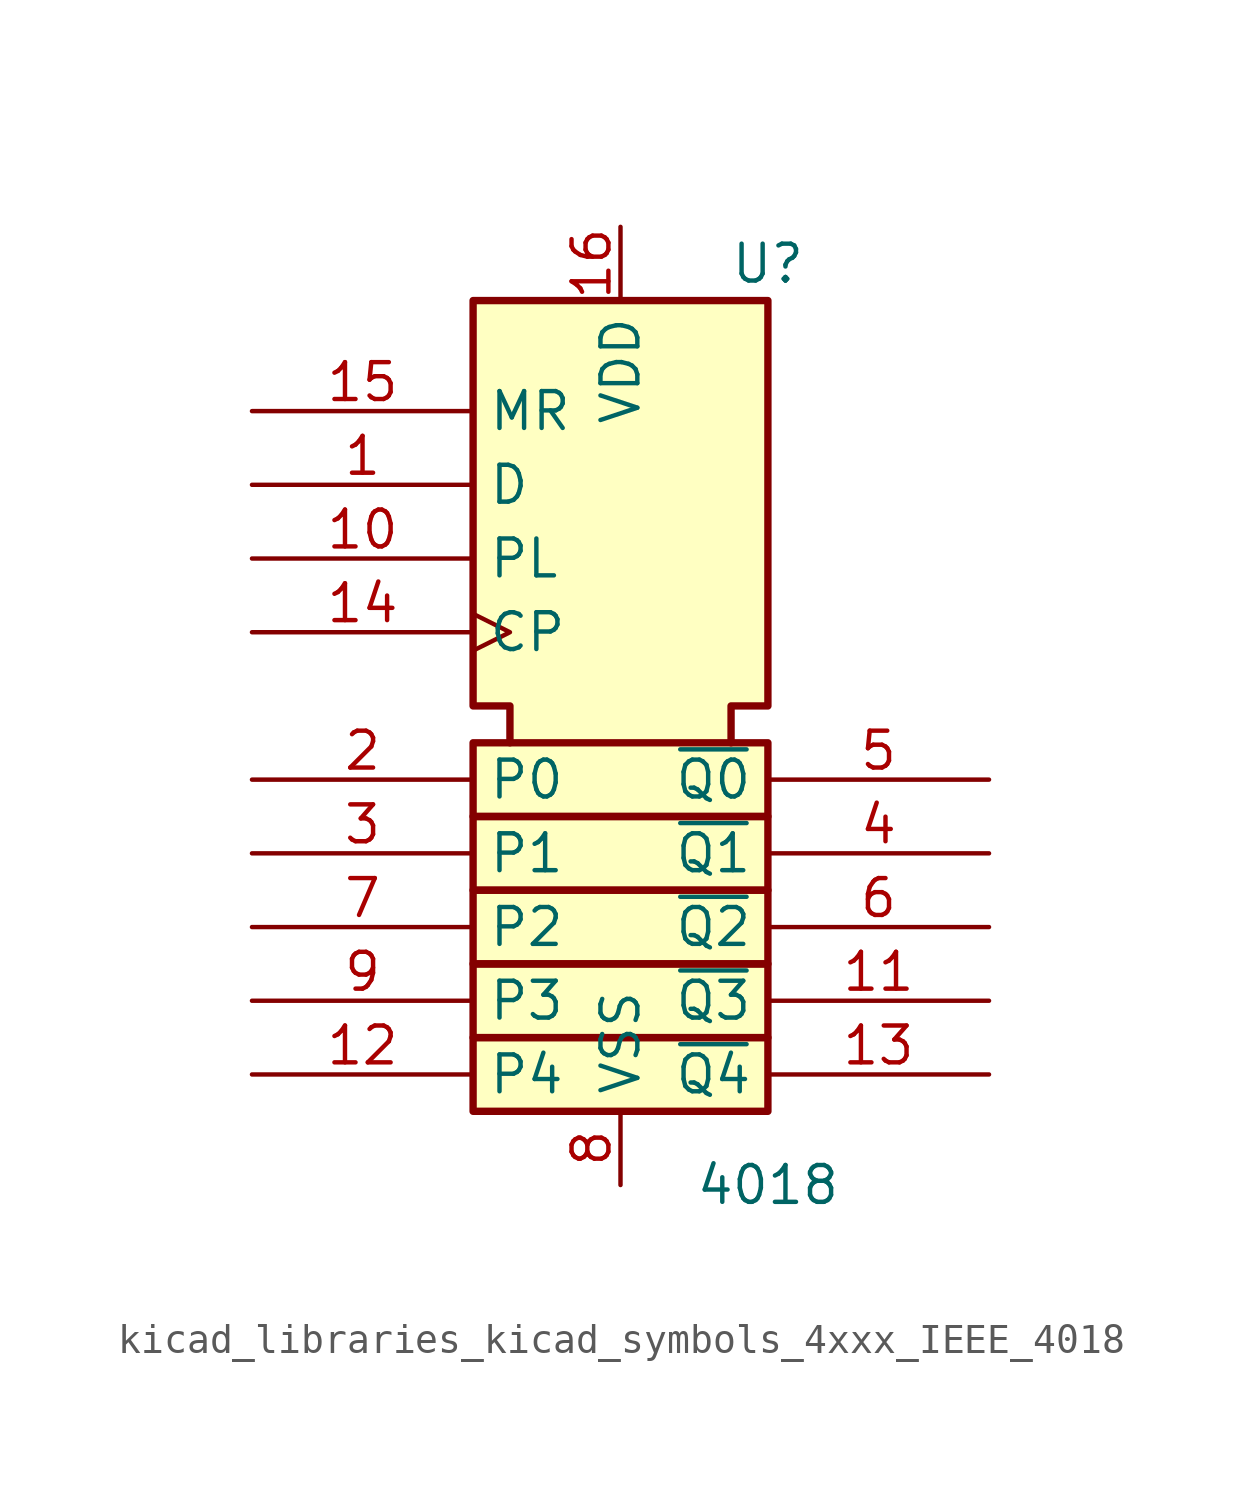
<source format=kicad_sym>
(kicad_symbol_lib
  (version 20220914)
  (generator kicad_symbol_editor)
  (symbol "kicad_libraries_kicad_symbols_4xxx_IEEE_4018"
    (property "Reference" "U"
      (at 5.08 15.24 0)
      (effects (font (size 1.27 1.27))))
    (property "Value" "4018"
      (at 5.08 -16.51 0)
      (effects (font (size 1.27 1.27))))
    (symbol "kicad_libraries_kicad_symbols_4xxx_IEEE_4018_0_1"
      (rectangle (start -5.08 -11.43) (end 5.08 -13.97) (stroke (width 0.254) (type default)) (fill (type background)))
      (rectangle (start -5.08 -8.89) (end 5.08 -11.43) (stroke (width 0.254) (type default)) (fill (type background)))
      (rectangle (start -5.08 -6.35) (end 5.08 -8.89) (stroke (width 0.254) (type default)) (fill (type background)))
      (rectangle (start -5.08 -3.81) (end 5.08 -6.35) (stroke (width 0.254) (type default)) (fill (type background)))
      (rectangle (start -5.08 -1.27) (end 5.08 -3.81) (stroke (width 0.254) (type default)) (fill (type background)))
      (polyline (pts (xy -3.81 -1.27) (xy -3.81 0) (xy -5.08 0) (xy -5.08 13.97) (xy 5.08 13.97) (xy 5.08 0) (xy 3.81 0) (xy 3.81 -1.27) (xy 3.81 -1.27)) (stroke (width 0.254) (type default)) (fill (type background))))
    (symbol "kicad_libraries_kicad_symbols_4xxx_IEEE_4018_1_1"
      (pin input line (at -12.7 7.62 0) (length 7.62) (name "D" (effects (font (size 1.27 1.27)))) (number "1" (effects (font (size 1.27 1.27)))))
      (pin input line (at -12.7 5.08 0) (length 7.62) (name "PL" (effects (font (size 1.27 1.27)))) (number "10" (effects (font (size 1.27 1.27)))))
      (pin output line (at 12.7 -10.16 180) (length 7.62) (name "~{Q3}" (effects (font (size 1.27 1.27)))) (number "11" (effects (font (size 1.27 1.27)))))
      (pin input line (at -12.7 -12.7 0) (length 7.62) (name "P4" (effects (font (size 1.27 1.27)))) (number "12" (effects (font (size 1.27 1.27)))))
      (pin output line (at 12.7 -12.7 180) (length 7.62) (name "~{Q4}" (effects (font (size 1.27 1.27)))) (number "13" (effects (font (size 1.27 1.27)))))
      (pin input clock (at -12.7 2.54 0) (length 7.62) (name "CP" (effects (font (size 1.27 1.27)))) (number "14" (effects (font (size 1.27 1.27)))))
      (pin input line (at -12.7 10.16 0) (length 7.62) (name "MR" (effects (font (size 1.27 1.27)))) (number "15" (effects (font (size 1.27 1.27)))))
      (pin power_in line (at 0 16.51 270) (length 2.54) (name "VDD" (effects (font (size 1.27 1.27)))) (number "16" (effects (font (size 1.27 1.27)))))
      (pin input line (at -12.7 -2.54 0) (length 7.62) (name "P0" (effects (font (size 1.27 1.27)))) (number "2" (effects (font (size 1.27 1.27)))))
      (pin input line (at -12.7 -5.08 0) (length 7.62) (name "P1" (effects (font (size 1.27 1.27)))) (number "3" (effects (font (size 1.27 1.27)))))
      (pin output line (at 12.7 -5.08 180) (length 7.62) (name "~{Q1}" (effects (font (size 1.27 1.27)))) (number "4" (effects (font (size 1.27 1.27)))))
      (pin output line (at 12.7 -2.54 180) (length 7.62) (name "~{Q0}" (effects (font (size 1.27 1.27)))) (number "5" (effects (font (size 1.27 1.27)))))
      (pin output line (at 12.7 -7.62 180) (length 7.62) (name "~{Q2}" (effects (font (size 1.27 1.27)))) (number "6" (effects (font (size 1.27 1.27)))))
      (pin input line (at -12.7 -7.62 0) (length 7.62) (name "P2" (effects (font (size 1.27 1.27)))) (number "7" (effects (font (size 1.27 1.27)))))
      (pin power_in line (at 0 -16.51 90) (length 2.54) (name "VSS" (effects (font (size 1.27 1.27)))) (number "8" (effects (font (size 1.27 1.27)))))
      (pin input line (at -12.7 -10.16 0) (length 7.62) (name "P3" (effects (font (size 1.27 1.27)))) (number "9" (effects (font (size 1.27 1.27))))))))
</source>
